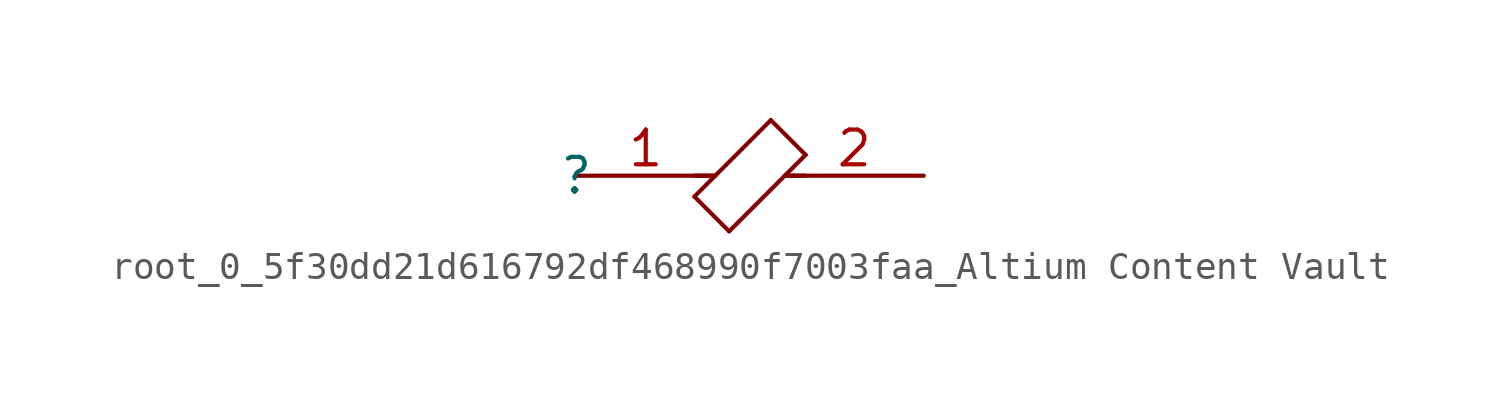
<source format=kicad_sym>
(kicad_symbol_lib
  (version 20241209)
  (generator "kicad_symbol_editor")
  (generator_version "9.0")
  (symbol "root_0_5f30dd21d616792df468990f7003faa_Altium Content Vault"
    (pin_names
      (hide yes))
    (property "Reference" ""
      (at 0 0 0)
      (effects (font (size 1.27 1.27))))
    (property "Value" ""
      (at 0 0 0)
      (effects (font (size 1.27 1.27))))
    (symbol "root_0_5f30dd21d616792df468990f7003faa_Altium Content Vault_1_0"
      (polyline (pts (xy 4.318 -0.762) (xy 7.112 2.032)) (stroke (width 0) (type solid)) (fill (type none)))
      (polyline (pts (xy 5.08 0) (xy 4.318 0)) (stroke (width 0) (type solid)) (fill (type none)))
      (polyline (pts (xy 5.588 -2.032) (xy 4.318 -0.762)) (stroke (width 0) (type solid)) (fill (type none)))
      (polyline (pts (xy 5.588 -2.032) (xy 8.382 0.762)) (stroke (width 0) (type solid)) (fill (type none)))
      (polyline (pts (xy 7.112 2.032) (xy 8.382 0.762)) (stroke (width 0) (type solid)) (fill (type none)))
      (polyline (pts (xy 7.62 0) (xy 8.382 0)) (stroke (width 0) (type solid)) (fill (type none)))
      (pin passive line (at 0 0 0) (length 5.08) (name "1" (effects (font (size 1.27 1.27)))) (number "1" (effects (font (size 1.27 1.27)))))
      (pin passive line (at 12.7 0 180) (length 5.08) (name "2" (effects (font (size 1.27 1.27)))) (number "2" (effects (font (size 1.27 1.27))))))))
</source>
